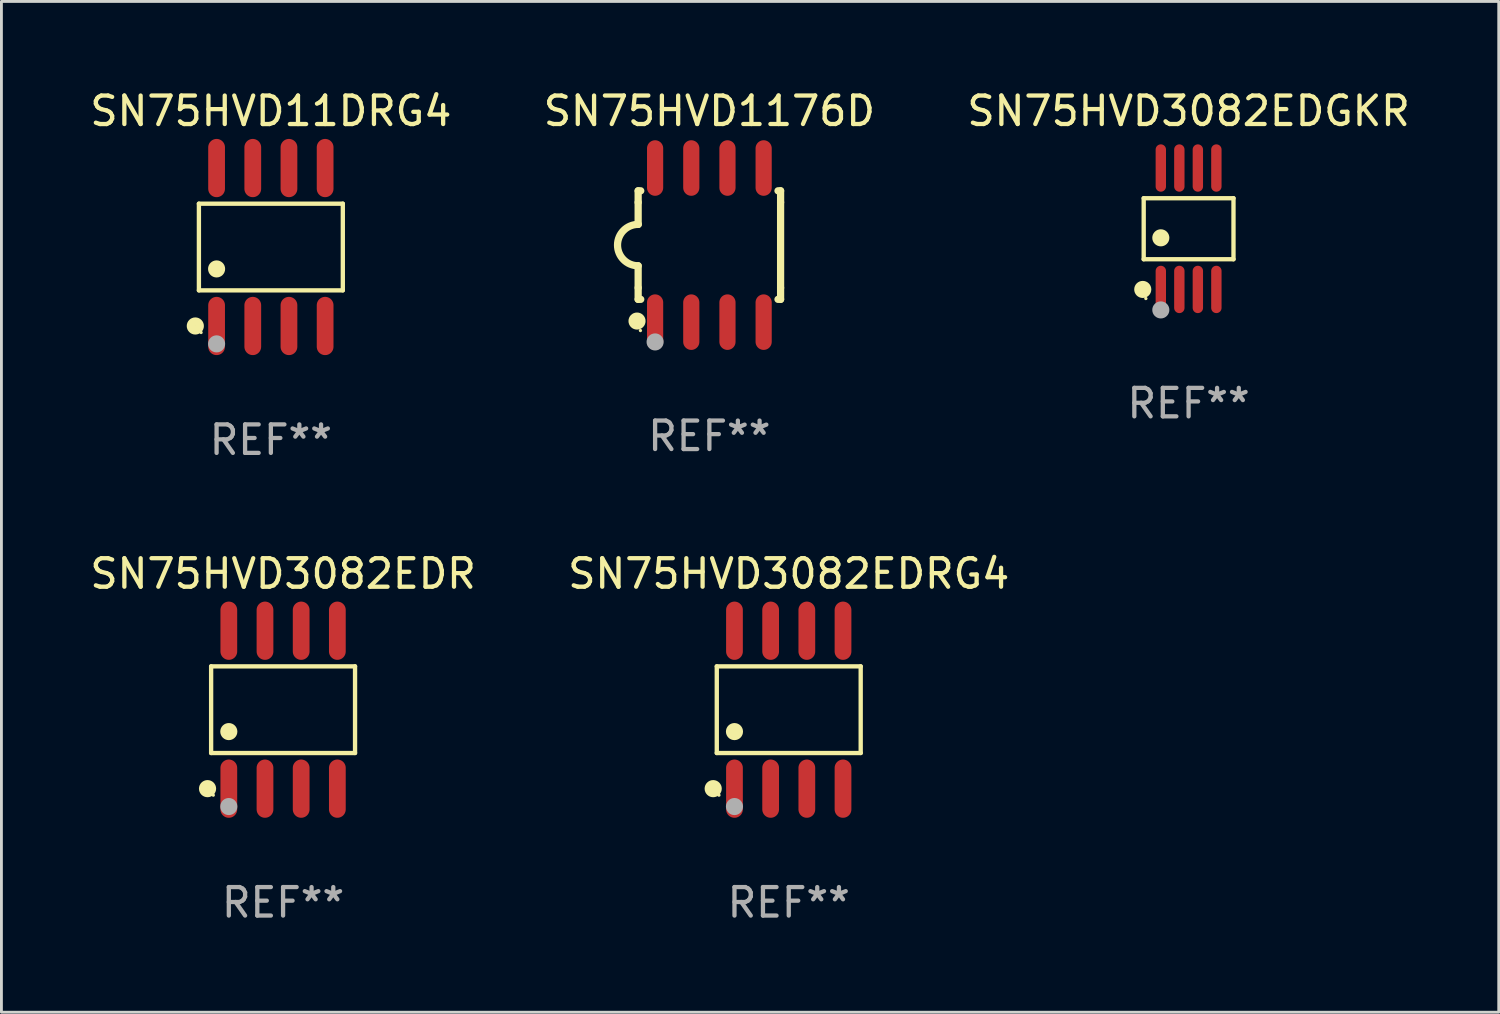
<source format=kicad_pcb>
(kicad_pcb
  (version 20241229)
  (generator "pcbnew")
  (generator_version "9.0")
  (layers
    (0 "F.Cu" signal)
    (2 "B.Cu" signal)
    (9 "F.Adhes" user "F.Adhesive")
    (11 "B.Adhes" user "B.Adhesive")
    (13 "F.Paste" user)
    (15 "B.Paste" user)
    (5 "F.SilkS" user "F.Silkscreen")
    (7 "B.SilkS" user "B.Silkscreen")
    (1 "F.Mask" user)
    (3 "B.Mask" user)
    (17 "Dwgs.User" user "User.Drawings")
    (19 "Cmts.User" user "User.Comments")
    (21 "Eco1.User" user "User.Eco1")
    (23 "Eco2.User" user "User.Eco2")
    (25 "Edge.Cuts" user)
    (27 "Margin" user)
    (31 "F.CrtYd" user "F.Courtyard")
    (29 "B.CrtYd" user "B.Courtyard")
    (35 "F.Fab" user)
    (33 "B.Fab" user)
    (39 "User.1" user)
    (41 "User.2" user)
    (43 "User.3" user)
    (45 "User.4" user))
  (footprint "SN75HVD3082EDR"
    (layer "F.Cu")
    (at 6.887 21.862)
    (property "Reference" "SN75HVD3082EDR" (at 0 -4.772 0) (layer "F.SilkS") (effects (font (size 1 1) (thickness 0.15))))
    (attr through_hole)
    (fp_line (start -2.526 -1.521) (end 2.526 -1.521) (stroke (width 0.152) (type solid)) (layer "F.SilkS"))
    (fp_line (start -2.526 1.521) (end -2.526 -1.521) (stroke (width 0.152) (type solid)) (layer "F.SilkS"))
    (fp_line (start 2.526 -1.521) (end 2.526 1.521) (stroke (width 0.152) (type solid)) (layer "F.SilkS"))
    (fp_line (start 2.526 1.521) (end -2.526 1.521) (stroke (width 0.152) (type solid)) (layer "F.SilkS"))
    (fp_circle (center -2.652 2.772) (end -2.501 2.772) (stroke (width 0.3) (type solid)) (fill no) (layer "F.SilkS"))
    (fp_circle (center -2.45 3) (end -2.42 3) (stroke (width 0.06) (type solid)) (fill no) (layer "F.SilkS"))
    (fp_circle (center -1.905 0.769) (end -1.755 0.769) (stroke (width 0.3) (type solid)) (fill no) (layer "F.SilkS"))
    (fp_circle (center -1.905 3.4) (end -1.755 3.4) (stroke (width 0.3) (type solid)) (fill no) (layer "F.Fab"))
    (fp_text user "REF**" (at 0 6.772 0) (layer "F.Fab") (effects (font (size 1 1) (thickness 0.15))))
    (pad "1" smd oval (at -1.905 2.772) (size 0.588 2.045) (layers "F.Cu" "F.Mask" "F.Paste"))
    (pad "2" smd oval (at -0.635 2.772) (size 0.588 2.045) (layers "F.Cu" "F.Mask" "F.Paste"))
    (pad "3" smd oval (at 0.635 2.772) (size 0.588 2.045) (layers "F.Cu" "F.Mask" "F.Paste"))
    (pad "4" smd oval (at 1.905 2.772) (size 0.588 2.045) (layers "F.Cu" "F.Mask" "F.Paste"))
    (pad "5" smd oval (at 1.905 -2.772) (size 0.588 2.045) (layers "F.Cu" "F.Mask" "F.Paste"))
    (pad "6" smd oval (at 0.635 -2.772) (size 0.588 2.045) (layers "F.Cu" "F.Mask" "F.Paste"))
    (pad "7" smd oval (at -0.635 -2.772) (size 0.588 2.045) (layers "F.Cu" "F.Mask" "F.Paste"))
    (pad "8" smd oval (at -1.905 -2.772) (size 0.588 2.045) (layers "F.Cu" "F.Mask" "F.Paste")))
  (footprint "SN75HVD3082EDGKR"
    (layer "F.Cu")
    (at 38.673 4.979)
    (property "Reference" "SN75HVD3082EDGKR" (at 0 -4.131 0) (layer "F.SilkS") (effects (font (size 1 1) (thickness 0.15))))
    (attr through_hole)
    (fp_line (start -1.576 -1.071) (end 1.576 -1.071) (stroke (width 0.152) (type solid)) (layer "F.SilkS"))
    (fp_line (start -1.576 1.071) (end -1.576 -1.071) (stroke (width 0.152) (type solid)) (layer "F.SilkS"))
    (fp_line (start 1.576 -1.071) (end 1.576 1.071) (stroke (width 0.152) (type solid)) (layer "F.SilkS"))
    (fp_line (start 1.576 1.071) (end -1.576 1.071) (stroke (width 0.152) (type solid)) (layer "F.SilkS"))
    (fp_circle (center -1.609 2.131) (end -1.459 2.131) (stroke (width 0.3) (type solid)) (fill no) (layer "F.SilkS"))
    (fp_circle (center -1.5 2.45) (end -1.47 2.45) (stroke (width 0.06) (type solid)) (fill no) (layer "F.SilkS"))
    (fp_circle (center -0.975 0.319) (end -0.825 0.319) (stroke (width 0.3) (type solid)) (fill no) (layer "F.SilkS"))
    (fp_circle (center -0.975 2.85) (end -0.825 2.85) (stroke (width 0.3) (type solid)) (fill no) (layer "F.Fab"))
    (fp_text user "REF**" (at 0 6.131 0) (layer "F.Fab") (effects (font (size 1 1) (thickness 0.15))))
    (pad "1" smd oval (at -0.975 2.131) (size 0.364 1.662) (layers "F.Cu" "F.Mask" "F.Paste"))
    (pad "2" smd oval (at -0.325 2.131) (size 0.364 1.662) (layers "F.Cu" "F.Mask" "F.Paste"))
    (pad "3" smd oval (at 0.325 2.131) (size 0.364 1.662) (layers "F.Cu" "F.Mask" "F.Paste"))
    (pad "4" smd oval (at 0.975 2.131) (size 0.364 1.662) (layers "F.Cu" "F.Mask" "F.Paste"))
    (pad "5" smd oval (at 0.975 -2.131) (size 0.364 1.662) (layers "F.Cu" "F.Mask" "F.Paste"))
    (pad "6" smd oval (at 0.325 -2.131) (size 0.364 1.662) (layers "F.Cu" "F.Mask" "F.Paste"))
    (pad "7" smd oval (at -0.325 -2.131) (size 0.364 1.662) (layers "F.Cu" "F.Mask" "F.Paste"))
    (pad "8" smd oval (at -0.975 -2.131) (size 0.364 1.662) (layers "F.Cu" "F.Mask" "F.Paste")))
  (footprint "SN75HVD1176D"
    (layer "F.Cu")
    (at 21.851 5.553)
    (property "Reference" "SN75HVD1176D" (at 0 -4.705 0) (layer "F.SilkS") (effects (font (size 1 1) (thickness 0.15))))
    (attr through_hole)
    (fp_line (start -2.5 -1.905) (end -2.409 -1.905) (stroke (width 0.254) (type solid)) (layer "F.SilkS"))
    (fp_line (start -2.5 -1.5) (end -2.5 -1.905) (stroke (width 0.254) (type solid)) (layer "F.SilkS"))
    (fp_line (start -2.5 -1.5) (end -2.5 -0.726) (stroke (width 0.254) (type solid)) (layer "F.SilkS"))
    (fp_line (start -2.5 1.5) (end -2.5 0.727) (stroke (width 0.254) (type solid)) (layer "F.SilkS"))
    (fp_line (start -2.5 1.5) (end -2.5 1.905) (stroke (width 0.254) (type solid)) (layer "F.SilkS"))
    (fp_line (start -2.5 1.905) (end -2.409 1.905) (stroke (width 0.254) (type solid)) (layer "F.SilkS"))
    (fp_line (start 2.5 -1.905) (end 2.409 -1.905) (stroke (width 0.254) (type solid)) (layer "F.SilkS"))
    (fp_line (start 2.5 -1.5) (end 2.5 -1.905) (stroke (width 0.254) (type solid)) (layer "F.SilkS"))
    (fp_line (start 2.5 -1.5) (end 2.5 1.5) (stroke (width 0.254) (type solid)) (layer "F.SilkS"))
    (fp_line (start 2.5 1.5) (end 2.5 1.905) (stroke (width 0.254) (type solid)) (layer "F.SilkS"))
    (fp_line (start 2.5 1.905) (end 2.409 1.905) (stroke (width 0.254) (type solid)) (layer "F.SilkS"))
    (fp_arc (start -2.5 0.726568) (mid -3.220316 -0.0023) (end -2.495097 -0.726289) (stroke (width 0.254001) (type solid)) (layer "F.SilkS"))
    (fp_circle (center -2.54 2.667) (end -2.39 2.667) (stroke (width 0.3) (type solid)) (fill no) (layer "F.SilkS"))
    (fp_circle (center -2.42 3) (end -2.39 3) (stroke (width 0.06) (type solid)) (fill no) (layer "F.SilkS"))
    (fp_circle (center -1.905 3.4) (end -1.755 3.4) (stroke (width 0.3) (type solid)) (fill no) (layer "F.Fab"))
    (fp_text user "REF**" (at 0 6.705 0) (layer "F.Fab") (effects (font (size 1 1) (thickness 0.15))))
    (pad "1" smd oval (at -1.905 2.705) (size 0.568 1.95) (layers "F.Cu" "F.Mask" "F.Paste"))
    (pad "2" smd oval (at -0.635 2.705) (size 0.568 1.95) (layers "F.Cu" "F.Mask" "F.Paste"))
    (pad "3" smd oval (at 0.635 2.705) (size 0.568 1.95) (layers "F.Cu" "F.Mask" "F.Paste"))
    (pad "4" smd oval (at 1.905 2.705) (size 0.568 1.95) (layers "F.Cu" "F.Mask" "F.Paste"))
    (pad "5" smd oval (at 1.905 -2.705) (size 0.568 1.95) (layers "F.Cu" "F.Mask" "F.Paste"))
    (pad "6" smd oval (at 0.635 -2.705) (size 0.568 1.95) (layers "F.Cu" "F.Mask" "F.Paste"))
    (pad "7" smd oval (at -0.635 -2.705) (size 0.568 1.95) (layers "F.Cu" "F.Mask" "F.Paste"))
    (pad "8" smd oval (at -1.905 -2.705) (size 0.568 1.95) (layers "F.Cu" "F.Mask" "F.Paste")))
  (footprint "SN75HVD3082EDRG4"
    (layer "F.Cu")
    (at 24.637 21.862)
    (property "Reference" "SN75HVD3082EDRG4" (at 0 -4.772 0) (layer "F.SilkS") (effects (font (size 1 1) (thickness 0.15))))
    (attr through_hole)
    (fp_line (start -2.526 -1.521) (end 2.526 -1.521) (stroke (width 0.152) (type solid)) (layer "F.SilkS"))
    (fp_line (start -2.526 1.521) (end -2.526 -1.521) (stroke (width 0.152) (type solid)) (layer "F.SilkS"))
    (fp_line (start 2.526 -1.521) (end 2.526 1.521) (stroke (width 0.152) (type solid)) (layer "F.SilkS"))
    (fp_line (start 2.526 1.521) (end -2.526 1.521) (stroke (width 0.152) (type solid)) (layer "F.SilkS"))
    (fp_circle (center -2.652 2.772) (end -2.501 2.772) (stroke (width 0.3) (type solid)) (fill no) (layer "F.SilkS"))
    (fp_circle (center -2.45 3) (end -2.42 3) (stroke (width 0.06) (type solid)) (fill no) (layer "F.SilkS"))
    (fp_circle (center -1.905 0.769) (end -1.755 0.769) (stroke (width 0.3) (type solid)) (fill no) (layer "F.SilkS"))
    (fp_circle (center -1.905 3.4) (end -1.755 3.4) (stroke (width 0.3) (type solid)) (fill no) (layer "F.Fab"))
    (fp_text user "REF**" (at 0 6.772 0) (layer "F.Fab") (effects (font (size 1 1) (thickness 0.15))))
    (pad "1" smd oval (at -1.905 2.772) (size 0.588 2.045) (layers "F.Cu" "F.Mask" "F.Paste"))
    (pad "2" smd oval (at -0.635 2.772) (size 0.588 2.045) (layers "F.Cu" "F.Mask" "F.Paste"))
    (pad "3" smd oval (at 0.635 2.772) (size 0.588 2.045) (layers "F.Cu" "F.Mask" "F.Paste"))
    (pad "4" smd oval (at 1.905 2.772) (size 0.588 2.045) (layers "F.Cu" "F.Mask" "F.Paste"))
    (pad "5" smd oval (at 1.905 -2.772) (size 0.588 2.045) (layers "F.Cu" "F.Mask" "F.Paste"))
    (pad "6" smd oval (at 0.635 -2.772) (size 0.588 2.045) (layers "F.Cu" "F.Mask" "F.Paste"))
    (pad "7" smd oval (at -0.635 -2.772) (size 0.588 2.045) (layers "F.Cu" "F.Mask" "F.Paste"))
    (pad "8" smd oval (at -1.905 -2.772) (size 0.588 2.045) (layers "F.Cu" "F.Mask" "F.Paste")))
  (footprint "SN75HVD11DRG4"
    (layer "F.Cu")
    (at 6.458 5.621)
    (property "Reference" "SN75HVD11DRG4" (at 0 -4.772 0) (layer "F.SilkS") (effects (font (size 1 1) (thickness 0.15))))
    (attr through_hole)
    (fp_line (start -2.526 -1.521) (end 2.526 -1.521) (stroke (width 0.152) (type solid)) (layer "F.SilkS"))
    (fp_line (start -2.526 1.521) (end -2.526 -1.521) (stroke (width 0.152) (type solid)) (layer "F.SilkS"))
    (fp_line (start 2.526 -1.521) (end 2.526 1.521) (stroke (width 0.152) (type solid)) (layer "F.SilkS"))
    (fp_line (start 2.526 1.521) (end -2.526 1.521) (stroke (width 0.152) (type solid)) (layer "F.SilkS"))
    (fp_circle (center -2.652 2.772) (end -2.501 2.772) (stroke (width 0.3) (type solid)) (fill no) (layer "F.SilkS"))
    (fp_circle (center -2.45 3) (end -2.42 3) (stroke (width 0.06) (type solid)) (fill no) (layer "F.SilkS"))
    (fp_circle (center -1.905 0.769) (end -1.755 0.769) (stroke (width 0.3) (type solid)) (fill no) (layer "F.SilkS"))
    (fp_circle (center -1.905 3.4) (end -1.755 3.4) (stroke (width 0.3) (type solid)) (fill no) (layer "F.Fab"))
    (fp_text user "REF**" (at 0 6.772 0) (layer "F.Fab") (effects (font (size 1 1) (thickness 0.15))))
    (pad "1" smd oval (at -1.905 2.772) (size 0.588 2.045) (layers "F.Cu" "F.Mask" "F.Paste"))
    (pad "2" smd oval (at -0.635 2.772) (size 0.588 2.045) (layers "F.Cu" "F.Mask" "F.Paste"))
    (pad "3" smd oval (at 0.635 2.772) (size 0.588 2.045) (layers "F.Cu" "F.Mask" "F.Paste"))
    (pad "4" smd oval (at 1.905 2.772) (size 0.588 2.045) (layers "F.Cu" "F.Mask" "F.Paste"))
    (pad "5" smd oval (at 1.905 -2.772) (size 0.588 2.045) (layers "F.Cu" "F.Mask" "F.Paste"))
    (pad "6" smd oval (at 0.635 -2.772) (size 0.588 2.045) (layers "F.Cu" "F.Mask" "F.Paste"))
    (pad "7" smd oval (at -0.635 -2.772) (size 0.588 2.045) (layers "F.Cu" "F.Mask" "F.Paste"))
    (pad "8" smd oval (at -1.905 -2.772) (size 0.588 2.045) (layers "F.Cu" "F.Mask" "F.Paste")))
  (gr_rect
    (start -3 -3)
    (end 49.56 32.483)
    (stroke (width 0.1) (type default))
    (fill no)
    (layer "Edge.Cuts")))
</source>
